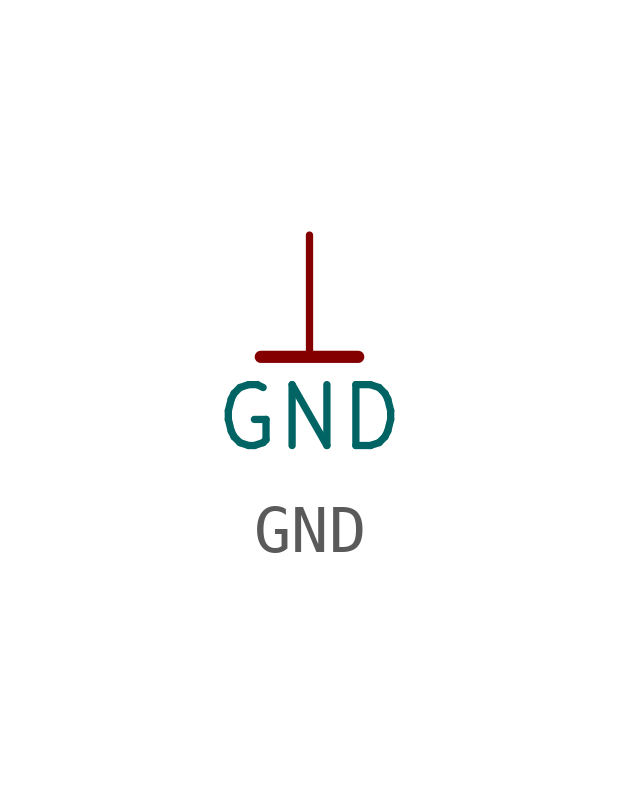
<source format=kicad_sym>
(kicad_symbol_lib
  (version 20211014)
  (generator kicad_symbol_editor)
  (symbol "GND"
    (power)
    (pin_numbers hide)
    (pin_names
      (offset 0) hide)
    (property "Reference" "#PWR"
      (at 0 1.397 0)
      (effects (font (size 0.635 0.635)) hide))
    (property "Value" "GND"
      (at 0 -3.81 0)
      (effects (font (size 1.27 1.27))))
    (symbol "GND_0_1"
      (polyline (pts (xy -1.016 -2.54) (xy 1.016 -2.54)) (stroke (width 0.254) (type default) (color 0 0 0 0)) (fill (type none)))
      (polyline (pts (xy 0 0) (xy 0 -2.54)) (stroke (width 0.152) (type default) (color 0 0 0 0)) (fill (type none))))
    (symbol "GND_1_1"
      (pin power_in line (at 0 0 270) (length 0) hide (name "GND" (effects (font (size 0.635 0.635)))) (number "1" (effects (font (size 0.635 0.635))))))))
</source>
